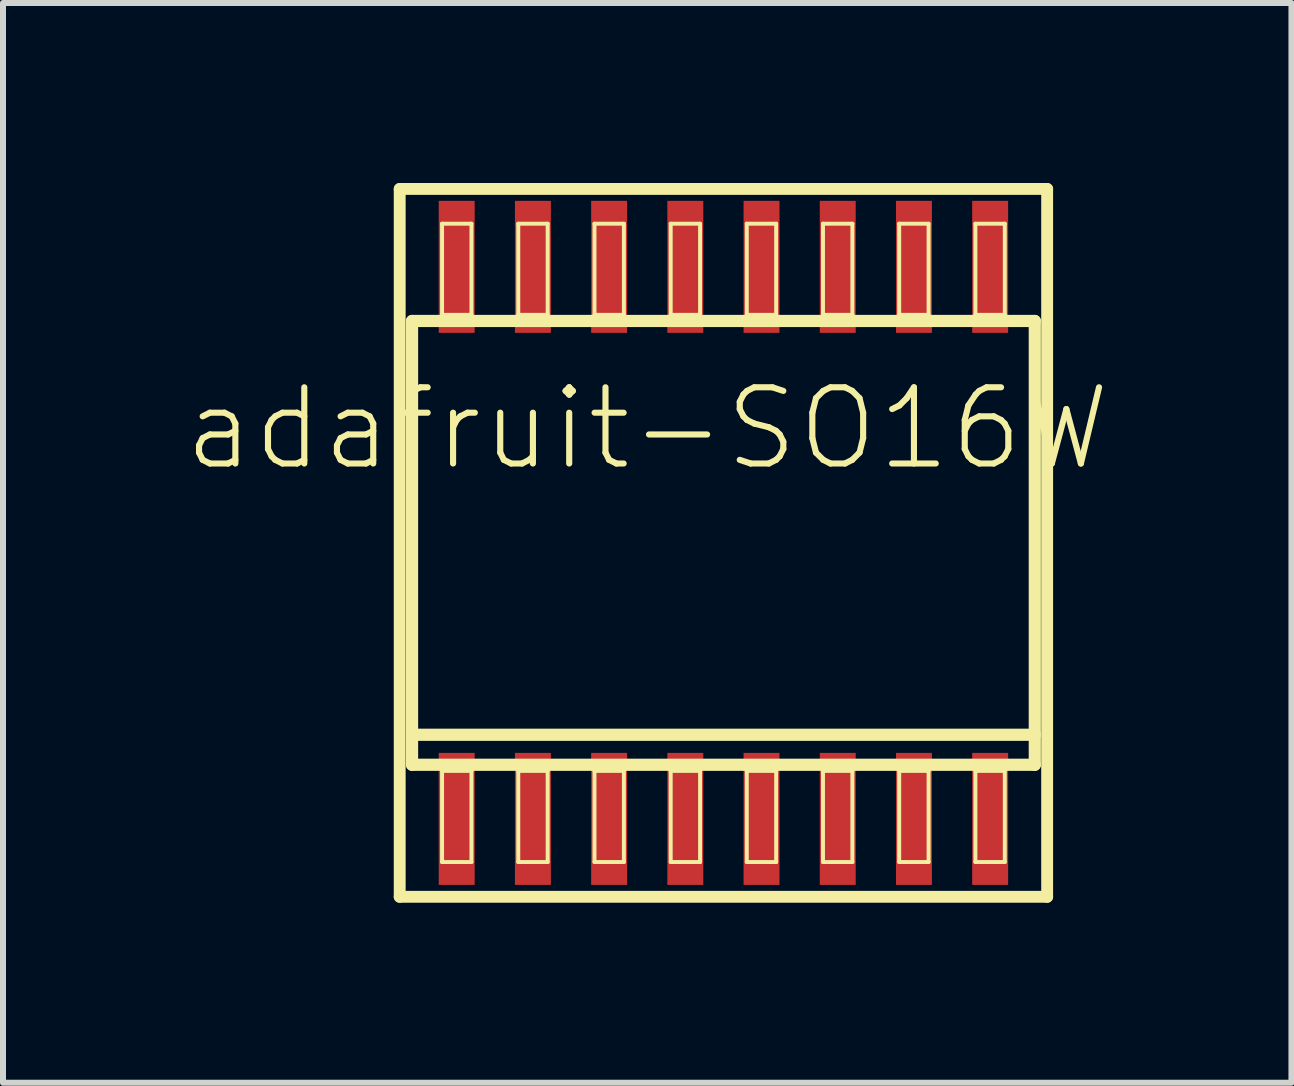
<source format=kicad_pcb>
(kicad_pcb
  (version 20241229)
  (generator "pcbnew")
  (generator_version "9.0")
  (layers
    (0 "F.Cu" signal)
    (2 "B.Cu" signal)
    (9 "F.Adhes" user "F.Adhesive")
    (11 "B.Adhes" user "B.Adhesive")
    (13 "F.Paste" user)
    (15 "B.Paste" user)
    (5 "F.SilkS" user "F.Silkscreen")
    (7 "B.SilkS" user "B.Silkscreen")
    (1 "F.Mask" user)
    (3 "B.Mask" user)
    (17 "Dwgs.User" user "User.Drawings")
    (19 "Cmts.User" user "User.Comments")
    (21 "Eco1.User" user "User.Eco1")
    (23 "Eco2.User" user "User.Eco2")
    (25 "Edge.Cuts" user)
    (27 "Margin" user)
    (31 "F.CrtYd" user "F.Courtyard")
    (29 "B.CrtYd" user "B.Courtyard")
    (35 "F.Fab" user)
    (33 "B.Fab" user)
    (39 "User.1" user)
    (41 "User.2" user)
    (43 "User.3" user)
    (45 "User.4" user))
  (footprint "adafruit-SO16W"
    (layer "F.Cu")
    (at 9.006 5.997)
    (property "Reference" "adafruit-SO16W" (at -1.27 -1.905 0) (layer "F.SilkS") (effects (font (size 1.27 1.27) (thickness 0.102))))
    (attr smd)
    (fp_line (start -5.395 -5.898) (end 5.395 -5.898) (stroke (width 0.198) (type solid)) (layer "F.SilkS"))
    (fp_line (start -5.395 5.898) (end -5.395 -5.898) (stroke (width 0.198) (type solid)) (layer "F.SilkS"))
    (fp_line (start -5.189 -3.698) (end 5.189 -3.698) (stroke (width 0.203) (type solid)) (layer "F.SilkS"))
    (fp_line (start -5.189 3.198) (end -5.189 -3.698) (stroke (width 0.203) (type solid)) (layer "F.SilkS"))
    (fp_line (start -5.189 3.698) (end -5.189 3.198) (stroke (width 0.203) (type solid)) (layer "F.SilkS"))
    (fp_line (start -4.689 -5.319) (end -4.199 -5.319) (stroke (width 0.066) (type solid)) (layer "F.SilkS"))
    (fp_line (start -4.689 -3.8) (end -4.689 -5.319) (stroke (width 0.066) (type solid)) (layer "F.SilkS"))
    (fp_line (start -4.689 -3.8) (end -4.199 -3.8) (stroke (width 0.066) (type solid)) (layer "F.SilkS"))
    (fp_line (start -4.689 3.8) (end -4.199 3.8) (stroke (width 0.066) (type solid)) (layer "F.SilkS"))
    (fp_line (start -4.689 5.319) (end -4.689 3.8) (stroke (width 0.066) (type solid)) (layer "F.SilkS"))
    (fp_line (start -4.689 5.319) (end -4.199 5.319) (stroke (width 0.066) (type solid)) (layer "F.SilkS"))
    (fp_line (start -4.199 -3.8) (end -4.199 -5.319) (stroke (width 0.066) (type solid)) (layer "F.SilkS"))
    (fp_line (start -4.199 5.319) (end -4.199 3.8) (stroke (width 0.066) (type solid)) (layer "F.SilkS"))
    (fp_line (start -3.419 -5.319) (end -2.929 -5.319) (stroke (width 0.066) (type solid)) (layer "F.SilkS"))
    (fp_line (start -3.419 -3.8) (end -3.419 -5.319) (stroke (width 0.066) (type solid)) (layer "F.SilkS"))
    (fp_line (start -3.419 -3.8) (end -2.929 -3.8) (stroke (width 0.066) (type solid)) (layer "F.SilkS"))
    (fp_line (start -3.419 3.8) (end -2.929 3.8) (stroke (width 0.066) (type solid)) (layer "F.SilkS"))
    (fp_line (start -3.419 5.319) (end -3.419 3.8) (stroke (width 0.066) (type solid)) (layer "F.SilkS"))
    (fp_line (start -3.419 5.319) (end -2.929 5.319) (stroke (width 0.066) (type solid)) (layer "F.SilkS"))
    (fp_line (start -2.929 -3.8) (end -2.929 -5.319) (stroke (width 0.066) (type solid)) (layer "F.SilkS"))
    (fp_line (start -2.929 5.319) (end -2.929 3.8) (stroke (width 0.066) (type solid)) (layer "F.SilkS"))
    (fp_line (start -2.149 -5.319) (end -1.659 -5.319) (stroke (width 0.066) (type solid)) (layer "F.SilkS"))
    (fp_line (start -2.149 -3.8) (end -2.149 -5.319) (stroke (width 0.066) (type solid)) (layer "F.SilkS"))
    (fp_line (start -2.149 -3.8) (end -1.659 -3.8) (stroke (width 0.066) (type solid)) (layer "F.SilkS"))
    (fp_line (start -2.149 3.8) (end -1.659 3.8) (stroke (width 0.066) (type solid)) (layer "F.SilkS"))
    (fp_line (start -2.149 5.319) (end -2.149 3.8) (stroke (width 0.066) (type solid)) (layer "F.SilkS"))
    (fp_line (start -2.149 5.319) (end -1.659 5.319) (stroke (width 0.066) (type solid)) (layer "F.SilkS"))
    (fp_line (start -1.659 -3.8) (end -1.659 -5.319) (stroke (width 0.066) (type solid)) (layer "F.SilkS"))
    (fp_line (start -1.659 5.319) (end -1.659 3.8) (stroke (width 0.066) (type solid)) (layer "F.SilkS"))
    (fp_line (start -0.879 -5.319) (end -0.389 -5.319) (stroke (width 0.066) (type solid)) (layer "F.SilkS"))
    (fp_line (start -0.879 -3.8) (end -0.879 -5.319) (stroke (width 0.066) (type solid)) (layer "F.SilkS"))
    (fp_line (start -0.879 -3.8) (end -0.389 -3.8) (stroke (width 0.066) (type solid)) (layer "F.SilkS"))
    (fp_line (start -0.879 3.8) (end -0.389 3.8) (stroke (width 0.066) (type solid)) (layer "F.SilkS"))
    (fp_line (start -0.879 5.319) (end -0.879 3.8) (stroke (width 0.066) (type solid)) (layer "F.SilkS"))
    (fp_line (start -0.879 5.319) (end -0.389 5.319) (stroke (width 0.066) (type solid)) (layer "F.SilkS"))
    (fp_line (start -0.389 -3.8) (end -0.389 -5.319) (stroke (width 0.066) (type solid)) (layer "F.SilkS"))
    (fp_line (start -0.389 5.319) (end -0.389 3.8) (stroke (width 0.066) (type solid)) (layer "F.SilkS"))
    (fp_line (start 0.389 -5.319) (end 0.879 -5.319) (stroke (width 0.066) (type solid)) (layer "F.SilkS"))
    (fp_line (start 0.389 -3.8) (end 0.389 -5.319) (stroke (width 0.066) (type solid)) (layer "F.SilkS"))
    (fp_line (start 0.389 -3.8) (end 0.879 -3.8) (stroke (width 0.066) (type solid)) (layer "F.SilkS"))
    (fp_line (start 0.389 3.8) (end 0.879 3.8) (stroke (width 0.066) (type solid)) (layer "F.SilkS"))
    (fp_line (start 0.389 5.319) (end 0.389 3.8) (stroke (width 0.066) (type solid)) (layer "F.SilkS"))
    (fp_line (start 0.389 5.319) (end 0.879 5.319) (stroke (width 0.066) (type solid)) (layer "F.SilkS"))
    (fp_line (start 0.879 -3.8) (end 0.879 -5.319) (stroke (width 0.066) (type solid)) (layer "F.SilkS"))
    (fp_line (start 0.879 5.319) (end 0.879 3.8) (stroke (width 0.066) (type solid)) (layer "F.SilkS"))
    (fp_line (start 1.659 -5.319) (end 2.149 -5.319) (stroke (width 0.066) (type solid)) (layer "F.SilkS"))
    (fp_line (start 1.659 -3.8) (end 1.659 -5.319) (stroke (width 0.066) (type solid)) (layer "F.SilkS"))
    (fp_line (start 1.659 -3.8) (end 2.149 -3.8) (stroke (width 0.066) (type solid)) (layer "F.SilkS"))
    (fp_line (start 1.659 3.8) (end 2.149 3.8) (stroke (width 0.066) (type solid)) (layer "F.SilkS"))
    (fp_line (start 1.659 5.319) (end 1.659 3.8) (stroke (width 0.066) (type solid)) (layer "F.SilkS"))
    (fp_line (start 1.659 5.319) (end 2.149 5.319) (stroke (width 0.066) (type solid)) (layer "F.SilkS"))
    (fp_line (start 2.149 -3.8) (end 2.149 -5.319) (stroke (width 0.066) (type solid)) (layer "F.SilkS"))
    (fp_line (start 2.149 5.319) (end 2.149 3.8) (stroke (width 0.066) (type solid)) (layer "F.SilkS"))
    (fp_line (start 2.929 -5.319) (end 3.419 -5.319) (stroke (width 0.066) (type solid)) (layer "F.SilkS"))
    (fp_line (start 2.929 -3.8) (end 2.929 -5.319) (stroke (width 0.066) (type solid)) (layer "F.SilkS"))
    (fp_line (start 2.929 -3.8) (end 3.419 -3.8) (stroke (width 0.066) (type solid)) (layer "F.SilkS"))
    (fp_line (start 2.929 3.8) (end 3.419 3.8) (stroke (width 0.066) (type solid)) (layer "F.SilkS"))
    (fp_line (start 2.929 5.319) (end 2.929 3.8) (stroke (width 0.066) (type solid)) (layer "F.SilkS"))
    (fp_line (start 2.929 5.319) (end 3.419 5.319) (stroke (width 0.066) (type solid)) (layer "F.SilkS"))
    (fp_line (start 3.419 -3.8) (end 3.419 -5.319) (stroke (width 0.066) (type solid)) (layer "F.SilkS"))
    (fp_line (start 3.419 5.319) (end 3.419 3.8) (stroke (width 0.066) (type solid)) (layer "F.SilkS"))
    (fp_line (start 4.199 -5.319) (end 4.689 -5.319) (stroke (width 0.066) (type solid)) (layer "F.SilkS"))
    (fp_line (start 4.199 -3.8) (end 4.199 -5.319) (stroke (width 0.066) (type solid)) (layer "F.SilkS"))
    (fp_line (start 4.199 -3.8) (end 4.689 -3.8) (stroke (width 0.066) (type solid)) (layer "F.SilkS"))
    (fp_line (start 4.199 3.8) (end 4.689 3.8) (stroke (width 0.066) (type solid)) (layer "F.SilkS"))
    (fp_line (start 4.199 5.319) (end 4.199 3.8) (stroke (width 0.066) (type solid)) (layer "F.SilkS"))
    (fp_line (start 4.199 5.319) (end 4.689 5.319) (stroke (width 0.066) (type solid)) (layer "F.SilkS"))
    (fp_line (start 4.689 -3.8) (end 4.689 -5.319) (stroke (width 0.066) (type solid)) (layer "F.SilkS"))
    (fp_line (start 4.689 5.319) (end 4.689 3.8) (stroke (width 0.066) (type solid)) (layer "F.SilkS"))
    (fp_line (start 5.189 -3.698) (end 5.189 3.198) (stroke (width 0.203) (type solid)) (layer "F.SilkS"))
    (fp_line (start 5.189 3.198) (end -5.189 3.198) (stroke (width 0.203) (type solid)) (layer "F.SilkS"))
    (fp_line (start 5.189 3.198) (end 5.189 3.698) (stroke (width 0.203) (type solid)) (layer "F.SilkS"))
    (fp_line (start 5.189 3.698) (end -5.189 3.698) (stroke (width 0.203) (type solid)) (layer "F.SilkS"))
    (fp_line (start 5.395 -5.898) (end 5.395 5.898) (stroke (width 0.198) (type solid)) (layer "F.SilkS"))
    (fp_line (start 5.395 5.898) (end -5.395 5.898) (stroke (width 0.198) (type solid)) (layer "F.SilkS"))
    (pad "1" smd rect (at -4.445 4.6) (size 0.599 2.2) (layers "F.Cu" "F.Mask" "F.Paste"))
    (pad "2" smd rect (at -3.175 4.6) (size 0.599 2.2) (layers "F.Cu" "F.Mask" "F.Paste"))
    (pad "3" smd rect (at -1.905 4.6) (size 0.599 2.2) (layers "F.Cu" "F.Mask" "F.Paste"))
    (pad "4" smd rect (at -0.635 4.6) (size 0.599 2.2) (layers "F.Cu" "F.Mask" "F.Paste"))
    (pad "5" smd rect (at 0.635 4.6) (size 0.599 2.2) (layers "F.Cu" "F.Mask" "F.Paste"))
    (pad "6" smd rect (at 1.905 4.6) (size 0.599 2.2) (layers "F.Cu" "F.Mask" "F.Paste"))
    (pad "7" smd rect (at 3.175 4.6) (size 0.599 2.2) (layers "F.Cu" "F.Mask" "F.Paste"))
    (pad "8" smd rect (at 4.445 4.6) (size 0.599 2.2) (layers "F.Cu" "F.Mask" "F.Paste"))
    (pad "9" smd rect (at 4.445 -4.6) (size 0.599 2.2) (layers "F.Cu" "F.Mask" "F.Paste"))
    (pad "10" smd rect (at 3.175 -4.6) (size 0.599 2.2) (layers "F.Cu" "F.Mask" "F.Paste"))
    (pad "11" smd rect (at 1.905 -4.6) (size 0.599 2.2) (layers "F.Cu" "F.Mask" "F.Paste"))
    (pad "12" smd rect (at 0.635 -4.6) (size 0.599 2.2) (layers "F.Cu" "F.Mask" "F.Paste"))
    (pad "13" smd rect (at -0.635 -4.6) (size 0.599 2.2) (layers "F.Cu" "F.Mask" "F.Paste"))
    (pad "14" smd rect (at -1.905 -4.6) (size 0.599 2.2) (layers "F.Cu" "F.Mask" "F.Paste"))
    (pad "15" smd rect (at -3.175 -4.6) (size 0.599 2.2) (layers "F.Cu" "F.Mask" "F.Paste"))
    (pad "16" smd rect (at -4.445 -4.6) (size 0.599 2.2) (layers "F.Cu" "F.Mask" "F.Paste")))
  (gr_rect
    (start -3 -3)
    (end 18.472 14.994)
    (stroke (width 0.1) (type default))
    (fill no)
    (layer "Edge.Cuts")))
</source>
